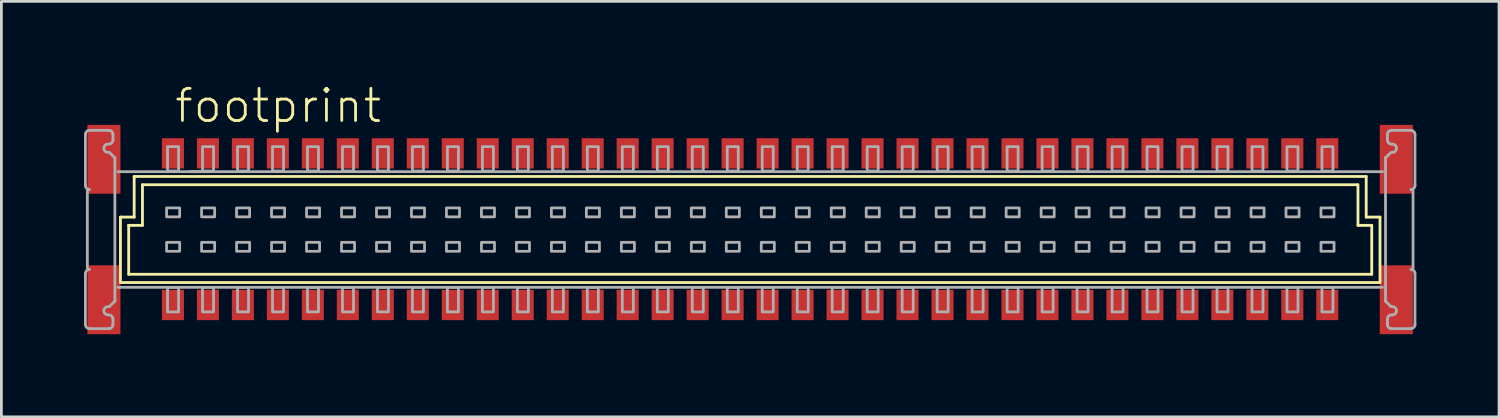
<source format=kicad_pcb>
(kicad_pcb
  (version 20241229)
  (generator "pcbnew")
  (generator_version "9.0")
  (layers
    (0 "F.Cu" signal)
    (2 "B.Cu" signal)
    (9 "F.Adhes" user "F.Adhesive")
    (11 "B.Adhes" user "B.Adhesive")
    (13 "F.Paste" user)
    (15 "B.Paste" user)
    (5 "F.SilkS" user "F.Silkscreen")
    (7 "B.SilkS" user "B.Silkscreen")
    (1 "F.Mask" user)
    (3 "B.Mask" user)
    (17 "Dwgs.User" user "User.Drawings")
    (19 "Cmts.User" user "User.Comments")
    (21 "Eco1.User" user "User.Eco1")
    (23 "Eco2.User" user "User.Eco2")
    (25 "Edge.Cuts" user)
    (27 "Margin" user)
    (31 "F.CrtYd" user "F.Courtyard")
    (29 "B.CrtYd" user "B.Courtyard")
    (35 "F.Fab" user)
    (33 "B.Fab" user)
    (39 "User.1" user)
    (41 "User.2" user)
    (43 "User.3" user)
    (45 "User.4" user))
  (footprint "footprint"
    (layer "F.Cu")
    (at 24.183 5.283)
    (property "Reference" "footprint" (at -20.955 -3.81 0) (layer "F.SilkS") (effects (font (size 1.168 1.168) (thickness 0.102)) (justify left bottom)))
    (fp_line (start -22.861 1.924) (end -22.861 -0.451) (stroke (width 0.102) (type solid)) (layer "F.SilkS"))
    (fp_line (start -22.561 -0.151) (end -22.562 -0.151) (stroke (width 0.102) (type solid)) (layer "F.SilkS"))
    (fp_line (start -22.561 1.624) (end -22.561 -0.151) (stroke (width 0.102) (type solid)) (layer "F.SilkS"))
    (fp_line (start -22.561 1.624) (end 22.567 1.624) (stroke (width 0.102) (type solid)) (layer "F.SilkS"))
    (fp_line (start -22.362 -1.926) (end -22.362 -0.451) (stroke (width 0.102) (type solid)) (layer "F.SilkS"))
    (fp_line (start -22.362 -0.451) (end -22.861 -0.451) (stroke (width 0.102) (type solid)) (layer "F.SilkS"))
    (fp_line (start -22.062 -0.151) (end -22.561 -0.151) (stroke (width 0.102) (type solid)) (layer "F.SilkS"))
    (fp_line (start -22.061 -0.151) (end -22.061 -1.626) (stroke (width 0.102) (type solid)) (layer "F.SilkS"))
    (fp_line (start -20.332 -2.101) (end -19.632 -2.101) (stroke (width 0.102) (type solid)) (layer "F.SilkS"))
    (fp_line (start 22.058 -1.626) (end -22.061 -1.626) (stroke (width 0.102) (type solid)) (layer "F.SilkS"))
    (fp_line (start 22.068 -0.151) (end 22.068 -1.626) (stroke (width 0.102) (type solid)) (layer "F.SilkS"))
    (fp_line (start 22.367 -0.451) (end 22.367 -1.926) (stroke (width 0.102) (type solid)) (layer "F.SilkS"))
    (fp_line (start 22.367 -0.451) (end 22.867 -0.451) (stroke (width 0.102) (type solid)) (layer "F.SilkS"))
    (fp_line (start 22.368 -1.926) (end -22.362 -1.926) (stroke (width 0.102) (type solid)) (layer "F.SilkS"))
    (fp_line (start 22.568 -0.151) (end 22.068 -0.151) (stroke (width 0.102) (type solid)) (layer "F.SilkS"))
    (fp_line (start 22.568 1.624) (end 22.568 -0.151) (stroke (width 0.102) (type solid)) (layer "F.SilkS"))
    (fp_line (start 22.848 1.924) (end -22.861 1.924) (stroke (width 0.102) (type solid)) (layer "F.SilkS"))
    (fp_line (start 22.868 1.924) (end 22.868 -0.451) (stroke (width 0.102) (type solid)) (layer "F.SilkS"))
    (fp_circle (center -23.162 -0.008) (end -22.361 -0.008) (stroke (width 0.001) (type solid)) (fill no) (layer "F.SilkS"))
    (fp_circle (center 23.168 -0.008) (end 23.968 -0.008) (stroke (width 0.001) (type solid)) (fill no) (layer "F.SilkS"))
    (fp_line (start -24.132 -1.601) (end -24.132 -3.451) (stroke (width 0.102) (type solid)) (layer "F.Fab"))
    (fp_line (start -24.132 3.449) (end -24.132 1.599) (stroke (width 0.102) (type solid)) (layer "F.Fab"))
    (fp_line (start -24.062 -1.401) (end -24.062 1.399) (stroke (width 0.102) (type solid)) (layer "F.Fab"))
    (fp_line (start -23.982 -3.601) (end -23.282 -3.601) (stroke (width 0.102) (type solid)) (layer "F.Fab"))
    (fp_line (start -23.282 3.599) (end -23.982 3.599) (stroke (width 0.102) (type solid)) (layer "F.Fab"))
    (fp_line (start -23.262 -2.801) (end -23.062 -2.601) (stroke (width 0.102) (type solid)) (layer "F.Fab"))
    (fp_line (start -23.132 -3.451) (end -23.132 -3.251) (stroke (width 0.102) (type solid)) (layer "F.Fab"))
    (fp_line (start -23.132 3.249) (end -23.132 3.449) (stroke (width 0.102) (type solid)) (layer "F.Fab"))
    (fp_line (start -23.062 -2.601) (end -23.062 2.599) (stroke (width 0.102) (type solid)) (layer "F.Fab"))
    (fp_line (start -23.062 2.599) (end -23.262 2.799) (stroke (width 0.102) (type solid)) (layer "F.Fab"))
    (fp_line (start 22.958 -2.101) (end -22.952 -2.101) (stroke (width 0.102) (type solid)) (layer "F.Fab"))
    (fp_line (start 22.958 2.099) (end -22.952 2.099) (stroke (width 0.102) (type solid)) (layer "F.Fab"))
    (fp_line (start 23.068 -2.601) (end 23.068 2.599) (stroke (width 0.102) (type solid)) (layer "F.Fab"))
    (fp_line (start 23.068 2.599) (end 23.268 2.799) (stroke (width 0.102) (type solid)) (layer "F.Fab"))
    (fp_line (start 23.138 -3.451) (end 23.138 -3.251) (stroke (width 0.102) (type solid)) (layer "F.Fab"))
    (fp_line (start 23.138 3.249) (end 23.138 3.449) (stroke (width 0.102) (type solid)) (layer "F.Fab"))
    (fp_line (start 23.268 -2.801) (end 23.068 -2.601) (stroke (width 0.102) (type solid)) (layer "F.Fab"))
    (fp_line (start 23.288 3.599) (end 23.988 3.599) (stroke (width 0.102) (type solid)) (layer "F.Fab"))
    (fp_line (start 23.988 -3.601) (end 23.288 -3.601) (stroke (width 0.102) (type solid)) (layer "F.Fab"))
    (fp_line (start 24.068 -1.401) (end 24.068 1.399) (stroke (width 0.102) (type solid)) (layer "F.Fab"))
    (fp_line (start 24.138 -1.601) (end 24.138 -3.451) (stroke (width 0.102) (type solid)) (layer "F.Fab"))
    (fp_line (start 24.138 3.449) (end 24.138 1.599) (stroke (width 0.102) (type solid)) (layer "F.Fab"))
    (fp_arc (start -24.1319 -3.4508) (mid -24.087966 -3.556866) (end -23.9819 -3.6008) (stroke (width 0.1016) (type solid)) (layer "F.Fab"))
    (fp_arc (start -24.1319 1.5992) (mid -24.087966 1.493134) (end -23.9819 1.4492) (stroke (width 0.1016) (type solid)) (layer "F.Fab"))
    (fp_arc (start -23.9819 -1.4508) (mid -24.087966 -1.494734) (end -24.1319 -1.6008) (stroke (width 0.1016) (type solid)) (layer "F.Fab"))
    (fp_arc (start -23.9819 3.5992) (mid -24.087966 3.555266) (end -24.1319 3.4492) (stroke (width 0.1016) (type solid)) (layer "F.Fab"))
    (fp_arc (start -23.3119 -2.8008) (mid -23.4619 -2.9508) (end -23.3119 -3.1008) (stroke (width 0.1016) (type solid)) (layer "F.Fab"))
    (fp_arc (start -23.3119 3.0992) (mid -23.4619 2.9492) (end -23.3119 2.7992) (stroke (width 0.1016) (type solid)) (layer "F.Fab"))
    (fp_arc (start -23.2819 -3.6008) (mid -23.175834 -3.556866) (end -23.1319 -3.4508) (stroke (width 0.1016) (type solid)) (layer "F.Fab"))
    (fp_arc (start -23.2819 3.0992) (mid -23.175834 3.143134) (end -23.1319 3.2492) (stroke (width 0.1016) (type solid)) (layer "F.Fab"))
    (fp_arc (start -23.1319 -3.2508) (mid -23.175834 -3.144734) (end -23.2819 -3.1008) (stroke (width 0.1016) (type solid)) (layer "F.Fab"))
    (fp_arc (start -23.1319 3.4492) (mid -23.175834 3.555266) (end -23.2819 3.5992) (stroke (width 0.1016) (type solid)) (layer "F.Fab"))
    (fp_arc (start 23.1381 -3.4508) (mid 23.182034 -3.556866) (end 23.2881 -3.6008) (stroke (width 0.1016) (type solid)) (layer "F.Fab"))
    (fp_arc (start 23.1381 3.2492) (mid 23.182034 3.143134) (end 23.2881 3.0992) (stroke (width 0.1016) (type solid)) (layer "F.Fab"))
    (fp_arc (start 23.2881 -3.1008) (mid 23.182034 -3.144734) (end 23.1381 -3.2508) (stroke (width 0.1016) (type solid)) (layer "F.Fab"))
    (fp_arc (start 23.2881 3.5992) (mid 23.182034 3.555266) (end 23.1381 3.4492) (stroke (width 0.1016) (type solid)) (layer "F.Fab"))
    (fp_arc (start 23.3181 -3.1008) (mid 23.4681 -2.9508) (end 23.3181 -2.8008) (stroke (width 0.1016) (type solid)) (layer "F.Fab"))
    (fp_arc (start 23.3181 2.7992) (mid 23.4681 2.9492) (end 23.3181 3.0992) (stroke (width 0.1016) (type solid)) (layer "F.Fab"))
    (fp_arc (start 23.9881 -3.6008) (mid 24.094166 -3.556866) (end 24.1381 -3.4508) (stroke (width 0.1016) (type solid)) (layer "F.Fab"))
    (fp_arc (start 23.9881 1.4492) (mid 24.094166 1.493134) (end 24.1381 1.5992) (stroke (width 0.1016) (type solid)) (layer "F.Fab"))
    (fp_arc (start 24.1381 -1.6008) (mid 24.094166 -1.494734) (end 23.9881 -1.4508) (stroke (width 0.1016) (type solid)) (layer "F.Fab"))
    (fp_arc (start 24.1381 3.4492) (mid 24.094166 3.555266) (end 23.9881 3.5992) (stroke (width 0.1016) (type solid)) (layer "F.Fab"))
    (fp_poly (pts (xy -20.75 -3.01) (xy -21.15 -3.01) (xy -21.15 -2.125) (xy -20.75 -2.125)) (stroke (width 0.1) (type solid)) (fill no) (layer "F.Fab"))
    (fp_poly (pts (xy -20.75 2.1) (xy -21.15 2.1) (xy -21.15 2.99) (xy -20.75 2.99)) (stroke (width 0.1) (type solid)) (fill no) (layer "F.Fab"))
    (fp_poly (pts (xy -20.71 -0.785) (xy -21.185 -0.785) (xy -21.185 -0.46) (xy -20.71 -0.46)) (stroke (width 0.1) (type solid)) (fill no) (layer "F.Fab"))
    (fp_poly (pts (xy -20.71 0.465) (xy -21.185 0.465) (xy -21.185 0.79) (xy -20.71 0.79)) (stroke (width 0.1) (type solid)) (fill no) (layer "F.Fab"))
    (fp_poly (pts (xy -19.48 -3.01) (xy -19.88 -3.01) (xy -19.88 -2.125) (xy -19.48 -2.125)) (stroke (width 0.1) (type solid)) (fill no) (layer "F.Fab"))
    (fp_poly (pts (xy -19.48 2.1) (xy -19.88 2.1) (xy -19.88 2.99) (xy -19.48 2.99)) (stroke (width 0.1) (type solid)) (fill no) (layer "F.Fab"))
    (fp_poly (pts (xy -19.44 -0.785) (xy -19.915 -0.785) (xy -19.915 -0.46) (xy -19.44 -0.46)) (stroke (width 0.1) (type solid)) (fill no) (layer "F.Fab"))
    (fp_poly (pts (xy -19.44 0.465) (xy -19.915 0.465) (xy -19.915 0.79) (xy -19.44 0.79)) (stroke (width 0.1) (type solid)) (fill no) (layer "F.Fab"))
    (fp_poly (pts (xy -18.21 -3.01) (xy -18.61 -3.01) (xy -18.61 -2.125) (xy -18.21 -2.125)) (stroke (width 0.1) (type solid)) (fill no) (layer "F.Fab"))
    (fp_poly (pts (xy -18.21 2.1) (xy -18.61 2.1) (xy -18.61 2.99) (xy -18.21 2.99)) (stroke (width 0.1) (type solid)) (fill no) (layer "F.Fab"))
    (fp_poly (pts (xy -18.17 -0.785) (xy -18.645 -0.785) (xy -18.645 -0.46) (xy -18.17 -0.46)) (stroke (width 0.1) (type solid)) (fill no) (layer "F.Fab"))
    (fp_poly (pts (xy -18.17 0.465) (xy -18.645 0.465) (xy -18.645 0.79) (xy -18.17 0.79)) (stroke (width 0.1) (type solid)) (fill no) (layer "F.Fab"))
    (fp_poly (pts (xy -16.94 -3.01) (xy -17.34 -3.01) (xy -17.34 -2.125) (xy -16.94 -2.125)) (stroke (width 0.1) (type solid)) (fill no) (layer "F.Fab"))
    (fp_poly (pts (xy -16.94 2.1) (xy -17.34 2.1) (xy -17.34 2.99) (xy -16.94 2.99)) (stroke (width 0.1) (type solid)) (fill no) (layer "F.Fab"))
    (fp_poly (pts (xy -16.9 -0.785) (xy -17.375 -0.785) (xy -17.375 -0.46) (xy -16.9 -0.46)) (stroke (width 0.1) (type solid)) (fill no) (layer "F.Fab"))
    (fp_poly (pts (xy -16.9 0.465) (xy -17.375 0.465) (xy -17.375 0.79) (xy -16.9 0.79)) (stroke (width 0.1) (type solid)) (fill no) (layer "F.Fab"))
    (fp_poly (pts (xy -15.67 -3.01) (xy -16.07 -3.01) (xy -16.07 -2.125) (xy -15.67 -2.125)) (stroke (width 0.1) (type solid)) (fill no) (layer "F.Fab"))
    (fp_poly (pts (xy -15.67 2.1) (xy -16.07 2.1) (xy -16.07 2.99) (xy -15.67 2.99)) (stroke (width 0.1) (type solid)) (fill no) (layer "F.Fab"))
    (fp_poly (pts (xy -15.63 -0.785) (xy -16.105 -0.785) (xy -16.105 -0.46) (xy -15.63 -0.46)) (stroke (width 0.1) (type solid)) (fill no) (layer "F.Fab"))
    (fp_poly (pts (xy -15.63 0.465) (xy -16.105 0.465) (xy -16.105 0.79) (xy -15.63 0.79)) (stroke (width 0.1) (type solid)) (fill no) (layer "F.Fab"))
    (fp_poly (pts (xy -14.4 -3.01) (xy -14.8 -3.01) (xy -14.8 -2.125) (xy -14.4 -2.125)) (stroke (width 0.1) (type solid)) (fill no) (layer "F.Fab"))
    (fp_poly (pts (xy -14.4 2.1) (xy -14.8 2.1) (xy -14.8 2.99) (xy -14.4 2.99)) (stroke (width 0.1) (type solid)) (fill no) (layer "F.Fab"))
    (fp_poly (pts (xy -14.36 -0.785) (xy -14.835 -0.785) (xy -14.835 -0.46) (xy -14.36 -0.46)) (stroke (width 0.1) (type solid)) (fill no) (layer "F.Fab"))
    (fp_poly (pts (xy -14.36 0.465) (xy -14.835 0.465) (xy -14.835 0.79) (xy -14.36 0.79)) (stroke (width 0.1) (type solid)) (fill no) (layer "F.Fab"))
    (fp_poly (pts (xy -13.13 -3.01) (xy -13.53 -3.01) (xy -13.53 -2.125) (xy -13.13 -2.125)) (stroke (width 0.1) (type solid)) (fill no) (layer "F.Fab"))
    (fp_poly (pts (xy -13.13 2.1) (xy -13.53 2.1) (xy -13.53 2.99) (xy -13.13 2.99)) (stroke (width 0.1) (type solid)) (fill no) (layer "F.Fab"))
    (fp_poly (pts (xy -13.09 -0.785) (xy -13.565 -0.785) (xy -13.565 -0.46) (xy -13.09 -0.46)) (stroke (width 0.1) (type solid)) (fill no) (layer "F.Fab"))
    (fp_poly (pts (xy -13.09 0.465) (xy -13.565 0.465) (xy -13.565 0.79) (xy -13.09 0.79)) (stroke (width 0.1) (type solid)) (fill no) (layer "F.Fab"))
    (fp_poly (pts (xy -11.86 -3.01) (xy -12.26 -3.01) (xy -12.26 -2.125) (xy -11.86 -2.125)) (stroke (width 0.1) (type solid)) (fill no) (layer "F.Fab"))
    (fp_poly (pts (xy -11.86 2.1) (xy -12.26 2.1) (xy -12.26 2.99) (xy -11.86 2.99)) (stroke (width 0.1) (type solid)) (fill no) (layer "F.Fab"))
    (fp_poly (pts (xy -11.82 -0.785) (xy -12.295 -0.785) (xy -12.295 -0.46) (xy -11.82 -0.46)) (stroke (width 0.1) (type solid)) (fill no) (layer "F.Fab"))
    (fp_poly (pts (xy -11.82 0.465) (xy -12.295 0.465) (xy -12.295 0.79) (xy -11.82 0.79)) (stroke (width 0.1) (type solid)) (fill no) (layer "F.Fab"))
    (fp_poly (pts (xy -10.59 -3.01) (xy -10.99 -3.01) (xy -10.99 -2.125) (xy -10.59 -2.125)) (stroke (width 0.1) (type solid)) (fill no) (layer "F.Fab"))
    (fp_poly (pts (xy -10.59 2.1) (xy -10.99 2.1) (xy -10.99 2.99) (xy -10.59 2.99)) (stroke (width 0.1) (type solid)) (fill no) (layer "F.Fab"))
    (fp_poly (pts (xy -10.55 -0.785) (xy -11.025 -0.785) (xy -11.025 -0.46) (xy -10.55 -0.46)) (stroke (width 0.1) (type solid)) (fill no) (layer "F.Fab"))
    (fp_poly (pts (xy -10.55 0.465) (xy -11.025 0.465) (xy -11.025 0.79) (xy -10.55 0.79)) (stroke (width 0.1) (type solid)) (fill no) (layer "F.Fab"))
    (fp_poly (pts (xy -9.32 -3.01) (xy -9.72 -3.01) (xy -9.72 -2.125) (xy -9.32 -2.125)) (stroke (width 0.1) (type solid)) (fill no) (layer "F.Fab"))
    (fp_poly (pts (xy -9.32 2.1) (xy -9.72 2.1) (xy -9.72 2.99) (xy -9.32 2.99)) (stroke (width 0.1) (type solid)) (fill no) (layer "F.Fab"))
    (fp_poly (pts (xy -9.28 -0.785) (xy -9.755 -0.785) (xy -9.755 -0.46) (xy -9.28 -0.46)) (stroke (width 0.1) (type solid)) (fill no) (layer "F.Fab"))
    (fp_poly (pts (xy -9.28 0.465) (xy -9.755 0.465) (xy -9.755 0.79) (xy -9.28 0.79)) (stroke (width 0.1) (type solid)) (fill no) (layer "F.Fab"))
    (fp_poly (pts (xy -8.05 -3.01) (xy -8.45 -3.01) (xy -8.45 -2.125) (xy -8.05 -2.125)) (stroke (width 0.1) (type solid)) (fill no) (layer "F.Fab"))
    (fp_poly (pts (xy -8.05 2.1) (xy -8.45 2.1) (xy -8.45 2.99) (xy -8.05 2.99)) (stroke (width 0.1) (type solid)) (fill no) (layer "F.Fab"))
    (fp_poly (pts (xy -8.01 -0.785) (xy -8.485 -0.785) (xy -8.485 -0.46) (xy -8.01 -0.46)) (stroke (width 0.1) (type solid)) (fill no) (layer "F.Fab"))
    (fp_poly (pts (xy -8.01 0.465) (xy -8.485 0.465) (xy -8.485 0.79) (xy -8.01 0.79)) (stroke (width 0.1) (type solid)) (fill no) (layer "F.Fab"))
    (fp_poly (pts (xy -6.78 -3.01) (xy -7.18 -3.01) (xy -7.18 -2.125) (xy -6.78 -2.125)) (stroke (width 0.1) (type solid)) (fill no) (layer "F.Fab"))
    (fp_poly (pts (xy -6.78 2.1) (xy -7.18 2.1) (xy -7.18 2.99) (xy -6.78 2.99)) (stroke (width 0.1) (type solid)) (fill no) (layer "F.Fab"))
    (fp_poly (pts (xy -6.74 -0.785) (xy -7.215 -0.785) (xy -7.215 -0.46) (xy -6.74 -0.46)) (stroke (width 0.1) (type solid)) (fill no) (layer "F.Fab"))
    (fp_poly (pts (xy -6.74 0.465) (xy -7.215 0.465) (xy -7.215 0.79) (xy -6.74 0.79)) (stroke (width 0.1) (type solid)) (fill no) (layer "F.Fab"))
    (fp_poly (pts (xy -5.51 -3.01) (xy -5.91 -3.01) (xy -5.91 -2.125) (xy -5.51 -2.125)) (stroke (width 0.1) (type solid)) (fill no) (layer "F.Fab"))
    (fp_poly (pts (xy -5.51 2.1) (xy -5.91 2.1) (xy -5.91 2.99) (xy -5.51 2.99)) (stroke (width 0.1) (type solid)) (fill no) (layer "F.Fab"))
    (fp_poly (pts (xy -5.47 -0.785) (xy -5.945 -0.785) (xy -5.945 -0.46) (xy -5.47 -0.46)) (stroke (width 0.1) (type solid)) (fill no) (layer "F.Fab"))
    (fp_poly (pts (xy -5.47 0.465) (xy -5.945 0.465) (xy -5.945 0.79) (xy -5.47 0.79)) (stroke (width 0.1) (type solid)) (fill no) (layer "F.Fab"))
    (fp_poly (pts (xy -4.24 -3.01) (xy -4.64 -3.01) (xy -4.64 -2.125) (xy -4.24 -2.125)) (stroke (width 0.1) (type solid)) (fill no) (layer "F.Fab"))
    (fp_poly (pts (xy -4.24 2.1) (xy -4.64 2.1) (xy -4.64 2.99) (xy -4.24 2.99)) (stroke (width 0.1) (type solid)) (fill no) (layer "F.Fab"))
    (fp_poly (pts (xy -4.2 -0.785) (xy -4.675 -0.785) (xy -4.675 -0.46) (xy -4.2 -0.46)) (stroke (width 0.1) (type solid)) (fill no) (layer "F.Fab"))
    (fp_poly (pts (xy -4.2 0.465) (xy -4.675 0.465) (xy -4.675 0.79) (xy -4.2 0.79)) (stroke (width 0.1) (type solid)) (fill no) (layer "F.Fab"))
    (fp_poly (pts (xy -2.97 -3.01) (xy -3.37 -3.01) (xy -3.37 -2.125) (xy -2.97 -2.125)) (stroke (width 0.1) (type solid)) (fill no) (layer "F.Fab"))
    (fp_poly (pts (xy -2.97 2.1) (xy -3.37 2.1) (xy -3.37 2.99) (xy -2.97 2.99)) (stroke (width 0.1) (type solid)) (fill no) (layer "F.Fab"))
    (fp_poly (pts (xy -2.93 -0.785) (xy -3.405 -0.785) (xy -3.405 -0.46) (xy -2.93 -0.46)) (stroke (width 0.1) (type solid)) (fill no) (layer "F.Fab"))
    (fp_poly (pts (xy -2.93 0.465) (xy -3.405 0.465) (xy -3.405 0.79) (xy -2.93 0.79)) (stroke (width 0.1) (type solid)) (fill no) (layer "F.Fab"))
    (fp_poly (pts (xy -1.7 -3.01) (xy -2.1 -3.01) (xy -2.1 -2.125) (xy -1.7 -2.125)) (stroke (width 0.1) (type solid)) (fill no) (layer "F.Fab"))
    (fp_poly (pts (xy -1.7 2.1) (xy -2.1 2.1) (xy -2.1 2.99) (xy -1.7 2.99)) (stroke (width 0.1) (type solid)) (fill no) (layer "F.Fab"))
    (fp_poly (pts (xy -1.66 -0.785) (xy -2.135 -0.785) (xy -2.135 -0.46) (xy -1.66 -0.46)) (stroke (width 0.1) (type solid)) (fill no) (layer "F.Fab"))
    (fp_poly (pts (xy -1.66 0.465) (xy -2.135 0.465) (xy -2.135 0.79) (xy -1.66 0.79)) (stroke (width 0.1) (type solid)) (fill no) (layer "F.Fab"))
    (fp_poly (pts (xy -0.43 -3.01) (xy -0.83 -3.01) (xy -0.83 -2.125) (xy -0.43 -2.125)) (stroke (width 0.1) (type solid)) (fill no) (layer "F.Fab"))
    (fp_poly (pts (xy -0.43 2.1) (xy -0.83 2.1) (xy -0.83 2.99) (xy -0.43 2.99)) (stroke (width 0.1) (type solid)) (fill no) (layer "F.Fab"))
    (fp_poly (pts (xy -0.39 -0.785) (xy -0.865 -0.785) (xy -0.865 -0.46) (xy -0.39 -0.46)) (stroke (width 0.1) (type solid)) (fill no) (layer "F.Fab"))
    (fp_poly (pts (xy -0.39 0.465) (xy -0.865 0.465) (xy -0.865 0.79) (xy -0.39 0.79)) (stroke (width 0.1) (type solid)) (fill no) (layer "F.Fab"))
    (fp_poly (pts (xy 0.84 -3.01) (xy 0.44 -3.01) (xy 0.44 -2.125) (xy 0.84 -2.125)) (stroke (width 0.1) (type solid)) (fill no) (layer "F.Fab"))
    (fp_poly (pts (xy 0.84 2.1) (xy 0.44 2.1) (xy 0.44 2.99) (xy 0.84 2.99)) (stroke (width 0.1) (type solid)) (fill no) (layer "F.Fab"))
    (fp_poly (pts (xy 0.88 -0.785) (xy 0.405 -0.785) (xy 0.405 -0.46) (xy 0.88 -0.46)) (stroke (width 0.1) (type solid)) (fill no) (layer "F.Fab"))
    (fp_poly (pts (xy 0.88 0.465) (xy 0.405 0.465) (xy 0.405 0.79) (xy 0.88 0.79)) (stroke (width 0.1) (type solid)) (fill no) (layer "F.Fab"))
    (fp_poly (pts (xy 2.11 -3.01) (xy 1.71 -3.01) (xy 1.71 -2.125) (xy 2.11 -2.125)) (stroke (width 0.1) (type solid)) (fill no) (layer "F.Fab"))
    (fp_poly (pts (xy 2.11 2.1) (xy 1.71 2.1) (xy 1.71 2.99) (xy 2.11 2.99)) (stroke (width 0.1) (type solid)) (fill no) (layer "F.Fab"))
    (fp_poly (pts (xy 2.15 -0.785) (xy 1.675 -0.785) (xy 1.675 -0.46) (xy 2.15 -0.46)) (stroke (width 0.1) (type solid)) (fill no) (layer "F.Fab"))
    (fp_poly (pts (xy 2.15 0.465) (xy 1.675 0.465) (xy 1.675 0.79) (xy 2.15 0.79)) (stroke (width 0.1) (type solid)) (fill no) (layer "F.Fab"))
    (fp_poly (pts (xy 3.38 -3.01) (xy 2.98 -3.01) (xy 2.98 -2.125) (xy 3.38 -2.125)) (stroke (width 0.1) (type solid)) (fill no) (layer "F.Fab"))
    (fp_poly (pts (xy 3.38 2.1) (xy 2.98 2.1) (xy 2.98 2.99) (xy 3.38 2.99)) (stroke (width 0.1) (type solid)) (fill no) (layer "F.Fab"))
    (fp_poly (pts (xy 3.42 -0.785) (xy 2.945 -0.785) (xy 2.945 -0.46) (xy 3.42 -0.46)) (stroke (width 0.1) (type solid)) (fill no) (layer "F.Fab"))
    (fp_poly (pts (xy 3.42 0.465) (xy 2.945 0.465) (xy 2.945 0.79) (xy 3.42 0.79)) (stroke (width 0.1) (type solid)) (fill no) (layer "F.Fab"))
    (fp_poly (pts (xy 4.65 -3.01) (xy 4.25 -3.01) (xy 4.25 -2.125) (xy 4.65 -2.125)) (stroke (width 0.1) (type solid)) (fill no) (layer "F.Fab"))
    (fp_poly (pts (xy 4.65 2.1) (xy 4.25 2.1) (xy 4.25 2.99) (xy 4.65 2.99)) (stroke (width 0.1) (type solid)) (fill no) (layer "F.Fab"))
    (fp_poly (pts (xy 4.69 -0.785) (xy 4.215 -0.785) (xy 4.215 -0.46) (xy 4.69 -0.46)) (stroke (width 0.1) (type solid)) (fill no) (layer "F.Fab"))
    (fp_poly (pts (xy 4.69 0.465) (xy 4.215 0.465) (xy 4.215 0.79) (xy 4.69 0.79)) (stroke (width 0.1) (type solid)) (fill no) (layer "F.Fab"))
    (fp_poly (pts (xy 5.92 -3.01) (xy 5.52 -3.01) (xy 5.52 -2.125) (xy 5.92 -2.125)) (stroke (width 0.1) (type solid)) (fill no) (layer "F.Fab"))
    (fp_poly (pts (xy 5.92 2.1) (xy 5.52 2.1) (xy 5.52 2.99) (xy 5.92 2.99)) (stroke (width 0.1) (type solid)) (fill no) (layer "F.Fab"))
    (fp_poly (pts (xy 5.96 -0.785) (xy 5.485 -0.785) (xy 5.485 -0.46) (xy 5.96 -0.46)) (stroke (width 0.1) (type solid)) (fill no) (layer "F.Fab"))
    (fp_poly (pts (xy 5.96 0.465) (xy 5.485 0.465) (xy 5.485 0.79) (xy 5.96 0.79)) (stroke (width 0.1) (type solid)) (fill no) (layer "F.Fab"))
    (fp_poly (pts (xy 7.19 -3.01) (xy 6.79 -3.01) (xy 6.79 -2.125) (xy 7.19 -2.125)) (stroke (width 0.1) (type solid)) (fill no) (layer "F.Fab"))
    (fp_poly (pts (xy 7.19 2.1) (xy 6.79 2.1) (xy 6.79 2.99) (xy 7.19 2.99)) (stroke (width 0.1) (type solid)) (fill no) (layer "F.Fab"))
    (fp_poly (pts (xy 7.23 -0.785) (xy 6.755 -0.785) (xy 6.755 -0.46) (xy 7.23 -0.46)) (stroke (width 0.1) (type solid)) (fill no) (layer "F.Fab"))
    (fp_poly (pts (xy 7.23 0.465) (xy 6.755 0.465) (xy 6.755 0.79) (xy 7.23 0.79)) (stroke (width 0.1) (type solid)) (fill no) (layer "F.Fab"))
    (fp_poly (pts (xy 8.46 -3.01) (xy 8.06 -3.01) (xy 8.06 -2.125) (xy 8.46 -2.125)) (stroke (width 0.1) (type solid)) (fill no) (layer "F.Fab"))
    (fp_poly (pts (xy 8.46 2.1) (xy 8.06 2.1) (xy 8.06 2.99) (xy 8.46 2.99)) (stroke (width 0.1) (type solid)) (fill no) (layer "F.Fab"))
    (fp_poly (pts (xy 8.5 -0.785) (xy 8.025 -0.785) (xy 8.025 -0.46) (xy 8.5 -0.46)) (stroke (width 0.1) (type solid)) (fill no) (layer "F.Fab"))
    (fp_poly (pts (xy 8.5 0.465) (xy 8.025 0.465) (xy 8.025 0.79) (xy 8.5 0.79)) (stroke (width 0.1) (type solid)) (fill no) (layer "F.Fab"))
    (fp_poly (pts (xy 9.73 -3.01) (xy 9.33 -3.01) (xy 9.33 -2.125) (xy 9.73 -2.125)) (stroke (width 0.1) (type solid)) (fill no) (layer "F.Fab"))
    (fp_poly (pts (xy 9.73 2.1) (xy 9.33 2.1) (xy 9.33 2.99) (xy 9.73 2.99)) (stroke (width 0.1) (type solid)) (fill no) (layer "F.Fab"))
    (fp_poly (pts (xy 9.77 -0.785) (xy 9.295 -0.785) (xy 9.295 -0.46) (xy 9.77 -0.46)) (stroke (width 0.1) (type solid)) (fill no) (layer "F.Fab"))
    (fp_poly (pts (xy 9.77 0.465) (xy 9.295 0.465) (xy 9.295 0.79) (xy 9.77 0.79)) (stroke (width 0.1) (type solid)) (fill no) (layer "F.Fab"))
    (fp_poly (pts (xy 11 -3.01) (xy 10.6 -3.01) (xy 10.6 -2.125) (xy 11 -2.125)) (stroke (width 0.1) (type solid)) (fill no) (layer "F.Fab"))
    (fp_poly (pts (xy 11 2.1) (xy 10.6 2.1) (xy 10.6 2.99) (xy 11 2.99)) (stroke (width 0.1) (type solid)) (fill no) (layer "F.Fab"))
    (fp_poly (pts (xy 11.04 -0.785) (xy 10.565 -0.785) (xy 10.565 -0.46) (xy 11.04 -0.46)) (stroke (width 0.1) (type solid)) (fill no) (layer "F.Fab"))
    (fp_poly (pts (xy 11.04 0.465) (xy 10.565 0.465) (xy 10.565 0.79) (xy 11.04 0.79)) (stroke (width 0.1) (type solid)) (fill no) (layer "F.Fab"))
    (fp_poly (pts (xy 12.27 -3.01) (xy 11.87 -3.01) (xy 11.87 -2.125) (xy 12.27 -2.125)) (stroke (width 0.1) (type solid)) (fill no) (layer "F.Fab"))
    (fp_poly (pts (xy 12.27 2.1) (xy 11.87 2.1) (xy 11.87 2.99) (xy 12.27 2.99)) (stroke (width 0.1) (type solid)) (fill no) (layer "F.Fab"))
    (fp_poly (pts (xy 12.31 -0.785) (xy 11.835 -0.785) (xy 11.835 -0.46) (xy 12.31 -0.46)) (stroke (width 0.1) (type solid)) (fill no) (layer "F.Fab"))
    (fp_poly (pts (xy 12.31 0.465) (xy 11.835 0.465) (xy 11.835 0.79) (xy 12.31 0.79)) (stroke (width 0.1) (type solid)) (fill no) (layer "F.Fab"))
    (fp_poly (pts (xy 13.54 -3.01) (xy 13.14 -3.01) (xy 13.14 -2.125) (xy 13.54 -2.125)) (stroke (width 0.1) (type solid)) (fill no) (layer "F.Fab"))
    (fp_poly (pts (xy 13.54 2.1) (xy 13.14 2.1) (xy 13.14 2.99) (xy 13.54 2.99)) (stroke (width 0.1) (type solid)) (fill no) (layer "F.Fab"))
    (fp_poly (pts (xy 13.58 -0.785) (xy 13.105 -0.785) (xy 13.105 -0.46) (xy 13.58 -0.46)) (stroke (width 0.1) (type solid)) (fill no) (layer "F.Fab"))
    (fp_poly (pts (xy 13.58 0.465) (xy 13.105 0.465) (xy 13.105 0.79) (xy 13.58 0.79)) (stroke (width 0.1) (type solid)) (fill no) (layer "F.Fab"))
    (fp_poly (pts (xy 14.81 -3.01) (xy 14.41 -3.01) (xy 14.41 -2.125) (xy 14.81 -2.125)) (stroke (width 0.1) (type solid)) (fill no) (layer "F.Fab"))
    (fp_poly (pts (xy 14.81 2.1) (xy 14.41 2.1) (xy 14.41 2.99) (xy 14.81 2.99)) (stroke (width 0.1) (type solid)) (fill no) (layer "F.Fab"))
    (fp_poly (pts (xy 14.85 -0.785) (xy 14.375 -0.785) (xy 14.375 -0.46) (xy 14.85 -0.46)) (stroke (width 0.1) (type solid)) (fill no) (layer "F.Fab"))
    (fp_poly (pts (xy 14.85 0.465) (xy 14.375 0.465) (xy 14.375 0.79) (xy 14.85 0.79)) (stroke (width 0.1) (type solid)) (fill no) (layer "F.Fab"))
    (fp_poly (pts (xy 16.08 -3.01) (xy 15.68 -3.01) (xy 15.68 -2.125) (xy 16.08 -2.125)) (stroke (width 0.1) (type solid)) (fill no) (layer "F.Fab"))
    (fp_poly (pts (xy 16.08 2.1) (xy 15.68 2.1) (xy 15.68 2.99) (xy 16.08 2.99)) (stroke (width 0.1) (type solid)) (fill no) (layer "F.Fab"))
    (fp_poly (pts (xy 16.12 -0.785) (xy 15.645 -0.785) (xy 15.645 -0.46) (xy 16.12 -0.46)) (stroke (width 0.1) (type solid)) (fill no) (layer "F.Fab"))
    (fp_poly (pts (xy 16.12 0.465) (xy 15.645 0.465) (xy 15.645 0.79) (xy 16.12 0.79)) (stroke (width 0.1) (type solid)) (fill no) (layer "F.Fab"))
    (fp_poly (pts (xy 17.35 -3.01) (xy 16.95 -3.01) (xy 16.95 -2.125) (xy 17.35 -2.125)) (stroke (width 0.1) (type solid)) (fill no) (layer "F.Fab"))
    (fp_poly (pts (xy 17.35 2.1) (xy 16.95 2.1) (xy 16.95 2.99) (xy 17.35 2.99)) (stroke (width 0.1) (type solid)) (fill no) (layer "F.Fab"))
    (fp_poly (pts (xy 17.39 -0.785) (xy 16.915 -0.785) (xy 16.915 -0.46) (xy 17.39 -0.46)) (stroke (width 0.1) (type solid)) (fill no) (layer "F.Fab"))
    (fp_poly (pts (xy 17.39 0.465) (xy 16.915 0.465) (xy 16.915 0.79) (xy 17.39 0.79)) (stroke (width 0.1) (type solid)) (fill no) (layer "F.Fab"))
    (fp_poly (pts (xy 18.62 -3.01) (xy 18.22 -3.01) (xy 18.22 -2.125) (xy 18.62 -2.125)) (stroke (width 0.1) (type solid)) (fill no) (layer "F.Fab"))
    (fp_poly (pts (xy 18.62 2.1) (xy 18.22 2.1) (xy 18.22 2.99) (xy 18.62 2.99)) (stroke (width 0.1) (type solid)) (fill no) (layer "F.Fab"))
    (fp_poly (pts (xy 18.66 -0.785) (xy 18.185 -0.785) (xy 18.185 -0.46) (xy 18.66 -0.46)) (stroke (width 0.1) (type solid)) (fill no) (layer "F.Fab"))
    (fp_poly (pts (xy 18.66 0.465) (xy 18.185 0.465) (xy 18.185 0.79) (xy 18.66 0.79)) (stroke (width 0.1) (type solid)) (fill no) (layer "F.Fab"))
    (fp_poly (pts (xy 19.89 -3.01) (xy 19.49 -3.01) (xy 19.49 -2.125) (xy 19.89 -2.125)) (stroke (width 0.1) (type solid)) (fill no) (layer "F.Fab"))
    (fp_poly (pts (xy 19.89 2.1) (xy 19.49 2.1) (xy 19.49 2.99) (xy 19.89 2.99)) (stroke (width 0.1) (type solid)) (fill no) (layer "F.Fab"))
    (fp_poly (pts (xy 19.93 -0.785) (xy 19.455 -0.785) (xy 19.455 -0.46) (xy 19.93 -0.46)) (stroke (width 0.1) (type solid)) (fill no) (layer "F.Fab"))
    (fp_poly (pts (xy 19.93 0.465) (xy 19.455 0.465) (xy 19.455 0.79) (xy 19.93 0.79)) (stroke (width 0.1) (type solid)) (fill no) (layer "F.Fab"))
    (fp_poly (pts (xy 21.16 -3.01) (xy 20.76 -3.01) (xy 20.76 -2.125) (xy 21.16 -2.125)) (stroke (width 0.1) (type solid)) (fill no) (layer "F.Fab"))
    (fp_poly (pts (xy 21.16 2.1) (xy 20.76 2.1) (xy 20.76 2.99) (xy 21.16 2.99)) (stroke (width 0.1) (type solid)) (fill no) (layer "F.Fab"))
    (fp_poly (pts (xy 21.2 -0.785) (xy 20.725 -0.785) (xy 20.725 -0.46) (xy 21.2 -0.46)) (stroke (width 0.1) (type solid)) (fill no) (layer "F.Fab"))
    (fp_poly (pts (xy 21.2 0.465) (xy 20.725 0.465) (xy 20.725 0.79) (xy 21.2 0.79)) (stroke (width 0.1) (type solid)) (fill no) (layer "F.Fab"))
    (pad "A1" smd rect (at -20.955 -2.765 180) (size 0.8 1.1) (layers "F.Cu" "F.Mask" "F.Paste"))
    (pad "A2" smd rect (at -19.685 -2.765 180) (size 0.8 1.1) (layers "F.Cu" "F.Mask" "F.Paste"))
    (pad "A3" smd rect (at -18.415 -2.765 180) (size 0.8 1.1) (layers "F.Cu" "F.Mask" "F.Paste"))
    (pad "A4" smd rect (at -17.145 -2.765 180) (size 0.8 1.1) (layers "F.Cu" "F.Mask" "F.Paste"))
    (pad "A5" smd rect (at -15.875 -2.765 180) (size 0.8 1.1) (layers "F.Cu" "F.Mask" "F.Paste"))
    (pad "A6" smd rect (at -14.605 -2.765 180) (size 0.8 1.1) (layers "F.Cu" "F.Mask" "F.Paste"))
    (pad "A7" smd rect (at -13.335 -2.765 180) (size 0.8 1.1) (layers "F.Cu" "F.Mask" "F.Paste"))
    (pad "A8" smd rect (at -12.065 -2.765 180) (size 0.8 1.1) (layers "F.Cu" "F.Mask" "F.Paste"))
    (pad "A9" smd rect (at -10.795 -2.765 180) (size 0.8 1.1) (layers "F.Cu" "F.Mask" "F.Paste"))
    (pad "A10" smd rect (at -9.525 -2.765 180) (size 0.8 1.1) (layers "F.Cu" "F.Mask" "F.Paste"))
    (pad "A11" smd rect (at -8.255 -2.765 180) (size 0.8 1.1) (layers "F.Cu" "F.Mask" "F.Paste"))
    (pad "A12" smd rect (at -6.985 -2.765 180) (size 0.8 1.1) (layers "F.Cu" "F.Mask" "F.Paste"))
    (pad "A13" smd rect (at -5.715 -2.765 180) (size 0.8 1.1) (layers "F.Cu" "F.Mask" "F.Paste"))
    (pad "A14" smd rect (at -4.445 -2.765 180) (size 0.8 1.1) (layers "F.Cu" "F.Mask" "F.Paste"))
    (pad "A15" smd rect (at -3.175 -2.765 180) (size 0.8 1.1) (layers "F.Cu" "F.Mask" "F.Paste"))
    (pad "A16" smd rect (at -1.905 -2.765 180) (size 0.8 1.1) (layers "F.Cu" "F.Mask" "F.Paste"))
    (pad "A17" smd rect (at -0.635 -2.765 180) (size 0.8 1.1) (layers "F.Cu" "F.Mask" "F.Paste"))
    (pad "A18" smd rect (at 0.635 -2.765 180) (size 0.8 1.1) (layers "F.Cu" "F.Mask" "F.Paste"))
    (pad "A19" smd rect (at 1.905 -2.765 180) (size 0.8 1.1) (layers "F.Cu" "F.Mask" "F.Paste"))
    (pad "A20" smd rect (at 3.175 -2.765 180) (size 0.8 1.1) (layers "F.Cu" "F.Mask" "F.Paste"))
    (pad "A21" smd rect (at 4.445 -2.765 180) (size 0.8 1.1) (layers "F.Cu" "F.Mask" "F.Paste"))
    (pad "A22" smd rect (at 5.715 -2.765 180) (size 0.8 1.1) (layers "F.Cu" "F.Mask" "F.Paste"))
    (pad "A23" smd rect (at 6.985 -2.765 180) (size 0.8 1.1) (layers "F.Cu" "F.Mask" "F.Paste"))
    (pad "A24" smd rect (at 8.255 -2.765 180) (size 0.8 1.1) (layers "F.Cu" "F.Mask" "F.Paste"))
    (pad "A25" smd rect (at 9.525 -2.765 180) (size 0.8 1.1) (layers "F.Cu" "F.Mask" "F.Paste"))
    (pad "A26" smd rect (at 10.795 -2.765 180) (size 0.8 1.1) (layers "F.Cu" "F.Mask" "F.Paste"))
    (pad "A27" smd rect (at 12.065 -2.765 180) (size 0.8 1.1) (layers "F.Cu" "F.Mask" "F.Paste"))
    (pad "A28" smd rect (at 13.335 -2.765 180) (size 0.8 1.1) (layers "F.Cu" "F.Mask" "F.Paste"))
    (pad "A29" smd rect (at 14.605 -2.765 180) (size 0.8 1.1) (layers "F.Cu" "F.Mask" "F.Paste"))
    (pad "A30" smd rect (at 15.875 -2.765 180) (size 0.8 1.1) (layers "F.Cu" "F.Mask" "F.Paste"))
    (pad "A31" smd rect (at 17.145 -2.765 180) (size 0.8 1.1) (layers "F.Cu" "F.Mask" "F.Paste"))
    (pad "A32" smd rect (at 18.415 -2.765 180) (size 0.8 1.1) (layers "F.Cu" "F.Mask" "F.Paste"))
    (pad "A33" smd rect (at 19.685 -2.765 180) (size 0.8 1.1) (layers "F.Cu" "F.Mask" "F.Paste"))
    (pad "A34" smd rect (at 20.955 -2.765 180) (size 0.8 1.1) (layers "F.Cu" "F.Mask" "F.Paste"))
    (pad "B1" smd rect (at -20.955 2.74 180) (size 0.8 1.1) (layers "F.Cu" "F.Mask" "F.Paste"))
    (pad "B2" smd rect (at -19.685 2.74 180) (size 0.8 1.1) (layers "F.Cu" "F.Mask" "F.Paste"))
    (pad "B3" smd rect (at -18.415 2.74 180) (size 0.8 1.1) (layers "F.Cu" "F.Mask" "F.Paste"))
    (pad "B4" smd rect (at -17.145 2.74 180) (size 0.8 1.1) (layers "F.Cu" "F.Mask" "F.Paste"))
    (pad "B5" smd rect (at -15.875 2.74 180) (size 0.8 1.1) (layers "F.Cu" "F.Mask" "F.Paste"))
    (pad "B6" smd rect (at -14.605 2.74 180) (size 0.8 1.1) (layers "F.Cu" "F.Mask" "F.Paste"))
    (pad "B7" smd rect (at -13.335 2.74 180) (size 0.8 1.1) (layers "F.Cu" "F.Mask" "F.Paste"))
    (pad "B8" smd rect (at -12.065 2.74 180) (size 0.8 1.1) (layers "F.Cu" "F.Mask" "F.Paste"))
    (pad "B9" smd rect (at -10.795 2.74 180) (size 0.8 1.1) (layers "F.Cu" "F.Mask" "F.Paste"))
    (pad "B10" smd rect (at -9.525 2.74 180) (size 0.8 1.1) (layers "F.Cu" "F.Mask" "F.Paste"))
    (pad "B11" smd rect (at -8.255 2.74 180) (size 0.8 1.1) (layers "F.Cu" "F.Mask" "F.Paste"))
    (pad "B12" smd rect (at -6.985 2.74 180) (size 0.8 1.1) (layers "F.Cu" "F.Mask" "F.Paste"))
    (pad "B13" smd rect (at -5.715 2.74 180) (size 0.8 1.1) (layers "F.Cu" "F.Mask" "F.Paste"))
    (pad "B14" smd rect (at -4.445 2.74 180) (size 0.8 1.1) (layers "F.Cu" "F.Mask" "F.Paste"))
    (pad "B15" smd rect (at -3.175 2.74 180) (size 0.8 1.1) (layers "F.Cu" "F.Mask" "F.Paste"))
    (pad "B16" smd rect (at -1.905 2.74 180) (size 0.8 1.1) (layers "F.Cu" "F.Mask" "F.Paste"))
    (pad "B17" smd rect (at -0.635 2.74 180) (size 0.8 1.1) (layers "F.Cu" "F.Mask" "F.Paste"))
    (pad "B18" smd rect (at 0.635 2.74 180) (size 0.8 1.1) (layers "F.Cu" "F.Mask" "F.Paste"))
    (pad "B19" smd rect (at 1.905 2.74 180) (size 0.8 1.1) (layers "F.Cu" "F.Mask" "F.Paste"))
    (pad "B20" smd rect (at 3.175 2.74 180) (size 0.8 1.1) (layers "F.Cu" "F.Mask" "F.Paste"))
    (pad "B21" smd rect (at 4.445 2.74 180) (size 0.8 1.1) (layers "F.Cu" "F.Mask" "F.Paste"))
    (pad "B22" smd rect (at 5.715 2.74 180) (size 0.8 1.1) (layers "F.Cu" "F.Mask" "F.Paste"))
    (pad "B23" smd rect (at 6.985 2.74 180) (size 0.8 1.1) (layers "F.Cu" "F.Mask" "F.Paste"))
    (pad "B24" smd rect (at 8.255 2.74 180) (size 0.8 1.1) (layers "F.Cu" "F.Mask" "F.Paste"))
    (pad "B25" smd rect (at 9.525 2.74 180) (size 0.8 1.1) (layers "F.Cu" "F.Mask" "F.Paste"))
    (pad "B26" smd rect (at 10.795 2.74 180) (size 0.8 1.1) (layers "F.Cu" "F.Mask" "F.Paste"))
    (pad "B27" smd rect (at 12.065 2.74 180) (size 0.8 1.1) (layers "F.Cu" "F.Mask" "F.Paste"))
    (pad "B28" smd rect (at 13.335 2.74 180) (size 0.8 1.1) (layers "F.Cu" "F.Mask" "F.Paste"))
    (pad "B29" smd rect (at 14.605 2.74 180) (size 0.8 1.1) (layers "F.Cu" "F.Mask" "F.Paste"))
    (pad "B30" smd rect (at 15.875 2.74 180) (size 0.8 1.1) (layers "F.Cu" "F.Mask" "F.Paste"))
    (pad "B31" smd rect (at 17.145 2.74 180) (size 0.8 1.1) (layers "F.Cu" "F.Mask" "F.Paste"))
    (pad "B32" smd rect (at 18.415 2.74 180) (size 0.8 1.1) (layers "F.Cu" "F.Mask" "F.Paste"))
    (pad "B33" smd rect (at 19.685 2.74 180) (size 0.8 1.1) (layers "F.Cu" "F.Mask" "F.Paste"))
    (pad "B34" smd rect (at 20.955 2.74 180) (size 0.8 1.1) (layers "F.Cu" "F.Mask" "F.Paste"))
    (pad "M1" smd rect (at -23.46 -2.55 180) (size 1.2 2.5) (layers "F.Cu" "F.Mask" "F.Paste"))
    (pad "M2" smd rect (at -23.46 2.55 180) (size 1.2 2.5) (layers "F.Cu" "F.Mask" "F.Paste"))
    (pad "M3" smd rect (at 23.46 2.55) (size 1.2 2.5) (layers "F.Cu" "F.Mask" "F.Paste"))
    (pad "M4" smd rect (at 23.46 -2.55) (size 1.2 2.5) (layers "F.Cu" "F.Mask" "F.Paste")))
  (gr_rect
    (start -3 -3)
    (end 51.372 12.083)
    (stroke (width 0.1) (type default))
    (fill no)
    (layer "Edge.Cuts")))
</source>
